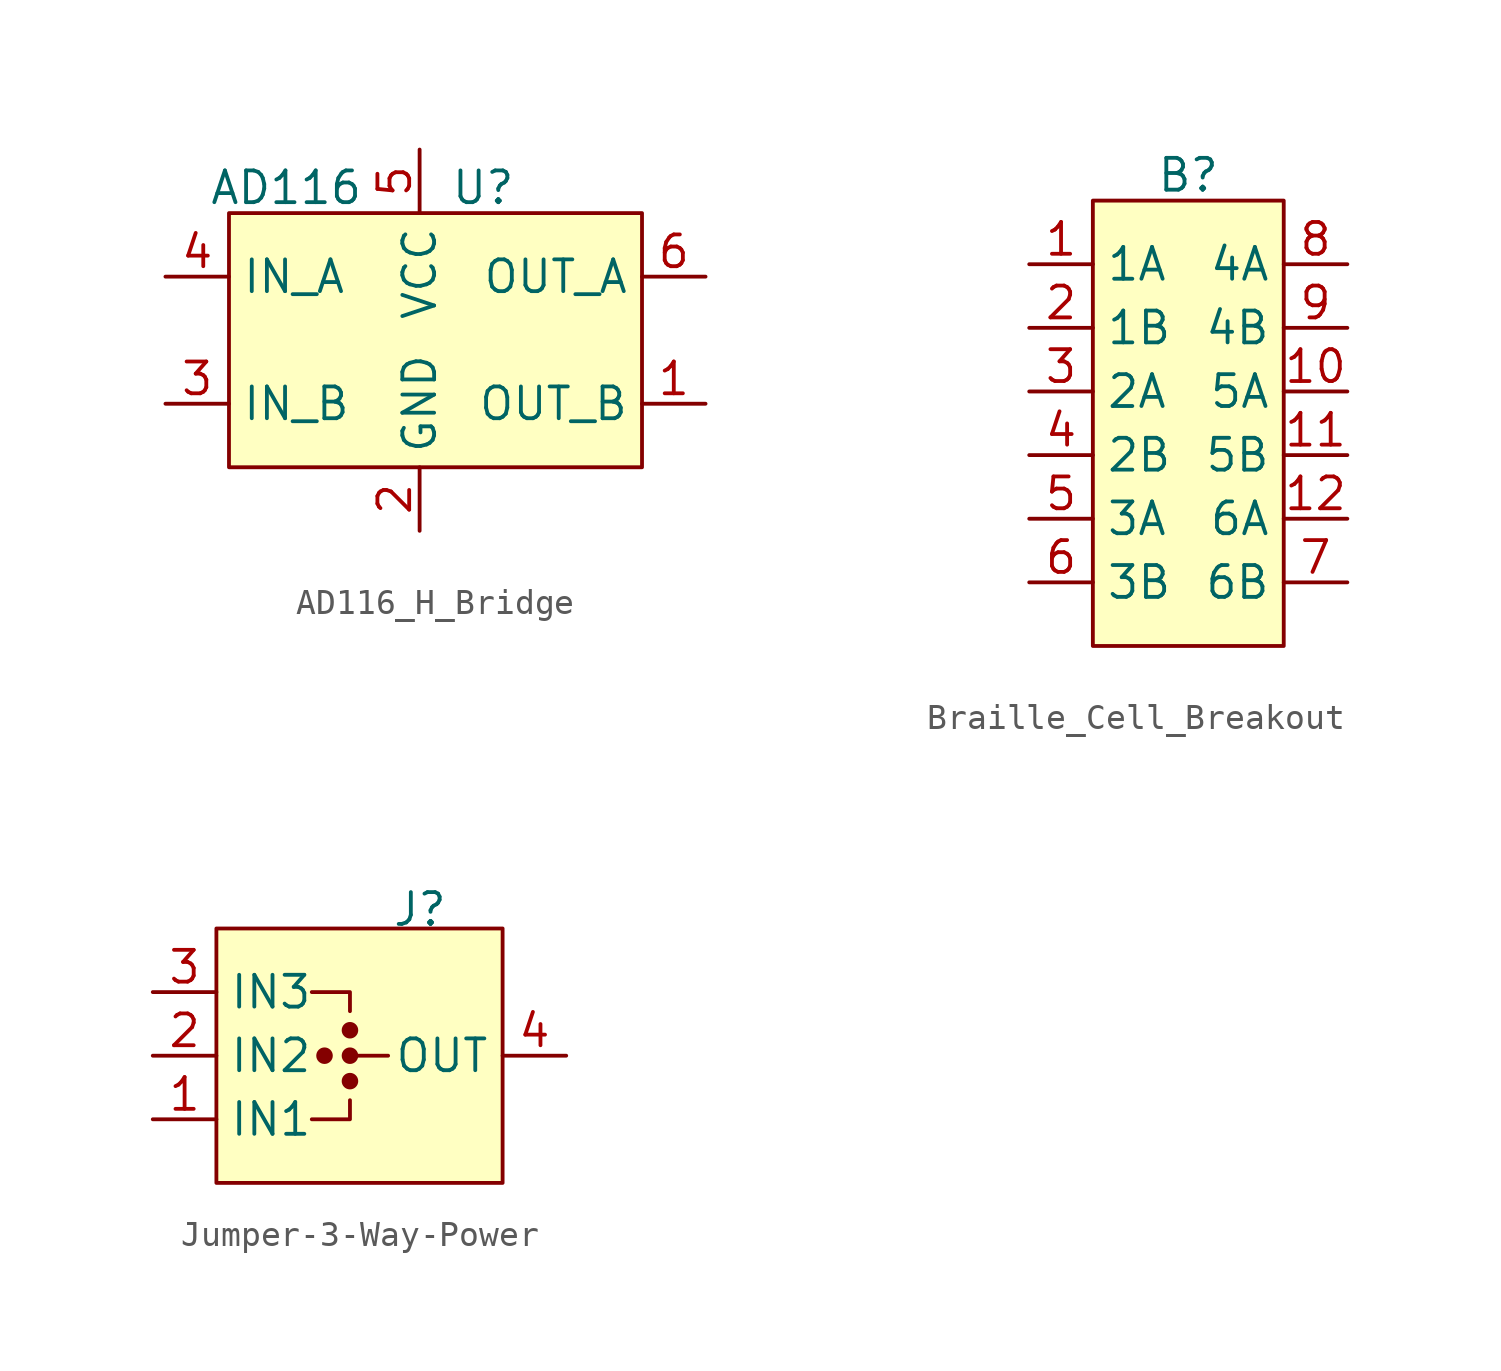
<source format=kicad_sym>
(kicad_symbol_lib
  (version 20231120)
  (generator "kicad_symbol_editor")
  (generator_version "8.0")
  (symbol "AD116_H_Bridge"
    (property "Reference" "U"
      (at 2.54 6.096 0)
      (effects (font (size 1.27 1.27))))
    (property "Value" "AD116"
      (at -5.334 6.096 0)
      (effects (font (size 1.27 1.27))))
    (symbol "AD116_H_Bridge_1_1"
      (rectangle (start -7.62 5.08) (end 8.89 -5.08) (stroke (width 0) (type default)) (fill (type background)))
      (pin output line (at 11.43 -2.54 180) (length 2.54) (name "OUT_B" (effects (font (size 1.27 1.27)))) (number "1" (effects (font (size 1.27 1.27)))))
      (pin power_in line (at 0 -7.62 90) (length 2.54) (name "GND" (effects (font (size 1.27 1.27)))) (number "2" (effects (font (size 1.27 1.27)))))
      (pin input line (at -10.16 -2.54 0) (length 2.54) (name "IN_B" (effects (font (size 1.27 1.27)))) (number "3" (effects (font (size 1.27 1.27)))))
      (pin input line (at -10.16 2.54 0) (length 2.54) (name "IN_A" (effects (font (size 1.27 1.27)))) (number "4" (effects (font (size 1.27 1.27)))))
      (pin power_in line (at 0 7.62 270) (length 2.54) (name "VCC" (effects (font (size 1.27 1.27)))) (number "5" (effects (font (size 1.27 1.27)))))
      (pin output line (at 11.43 2.54 180) (length 2.54) (name "OUT_A" (effects (font (size 1.27 1.27)))) (number "6" (effects (font (size 1.27 1.27)))))))
  (symbol "Braille_Cell_Breakout"
    (property "Reference" "B"
      (at 0 9.906 0)
      (effects (font (size 1.27 1.27))))
    (property "Value" ""
      (at -10.668 1.778 0)
      (effects (font (size 1.27 1.27))))
    (symbol "Braille_Cell_Breakout_1_1"
      (rectangle (start -3.81 8.89) (end 3.81 -8.89) (stroke (width 0) (type default)) (fill (type background)))
      (pin input line (at -6.35 6.35 0) (length 2.54) (name "1A" (effects (font (size 1.27 1.27)))) (number "1" (effects (font (size 1.27 1.27)))))
      (pin input line (at 6.35 1.27 180) (length 2.54) (name "5A" (effects (font (size 1.27 1.27)))) (number "10" (effects (font (size 1.27 1.27)))))
      (pin input line (at 6.35 -1.27 180) (length 2.54) (name "5B" (effects (font (size 1.27 1.27)))) (number "11" (effects (font (size 1.27 1.27)))))
      (pin input line (at 6.35 -3.81 180) (length 2.54) (name "6A" (effects (font (size 1.27 1.27)))) (number "12" (effects (font (size 1.27 1.27)))))
      (pin input line (at -6.35 3.81 0) (length 2.54) (name "1B" (effects (font (size 1.27 1.27)))) (number "2" (effects (font (size 1.27 1.27)))))
      (pin input line (at -6.35 1.27 0) (length 2.54) (name "2A" (effects (font (size 1.27 1.27)))) (number "3" (effects (font (size 1.27 1.27)))))
      (pin input line (at -6.35 -1.27 0) (length 2.54) (name "2B" (effects (font (size 1.27 1.27)))) (number "4" (effects (font (size 1.27 1.27)))))
      (pin input line (at -6.35 -3.81 0) (length 2.54) (name "3A" (effects (font (size 1.27 1.27)))) (number "5" (effects (font (size 1.27 1.27)))))
      (pin input line (at -6.35 -6.35 0) (length 2.54) (name "3B" (effects (font (size 1.27 1.27)))) (number "6" (effects (font (size 1.27 1.27)))))
      (pin input line (at 6.35 -6.35 180) (length 2.54) (name "6B" (effects (font (size 1.27 1.27)))) (number "7" (effects (font (size 1.27 1.27)))))
      (pin input line (at 6.35 6.35 180) (length 2.54) (name "4A" (effects (font (size 1.27 1.27)))) (number "8" (effects (font (size 1.27 1.27)))))
      (pin input line (at 6.35 3.81 180) (length 2.54) (name "4B" (effects (font (size 1.27 1.27)))) (number "9" (effects (font (size 1.27 1.27)))))))
  (symbol "Jumper-3-Way-Power"
    (property "Reference" "J"
      (at 1.778 5.842 0)
      (effects (font (size 1.27 1.27))))
    (symbol "Jumper-3-Way-Power_0_1"
      (polyline (pts (xy -1.016 -1.778) (xy -1.016 -2.54) (xy -2.54 -2.54)) (stroke (width 0) (type default)) (fill (type none)))
      (polyline (pts (xy -1.016 1.778) (xy -1.016 2.54) (xy -2.54 2.54)) (stroke (width 0) (type default)) (fill (type none))))
    (symbol "Jumper-3-Way-Power_1_1"
      (rectangle (start -6.35 5.08) (end 5.08 -5.08) (stroke (width 0) (type default)) (fill (type background)))
      (circle (center -2.032 0) (radius 0.254) (stroke (width 0) (type default)) (fill (type outline)))
      (circle (center -1.016 -1.016) (radius 0.254) (stroke (width 0) (type default)) (fill (type outline)))
      (circle (center -1.016 0) (radius 0.254) (stroke (width 0) (type default)) (fill (type outline)))
      (circle (center -1.016 1.016) (radius 0.254) (stroke (width 0) (type default)) (fill (type outline)))
      (polyline (pts (xy -1.016 0) (xy 0.508 0)) (stroke (width 0) (type default)) (fill (type none)))
      (pin power_in line (at -8.89 -2.54 0) (length 2.54) (name "IN1" (effects (font (size 1.27 1.27)))) (number "1" (effects (font (size 1.27 1.27)))))
      (pin power_in line (at -8.89 0 0) (length 2.54) (name "IN2" (effects (font (size 1.27 1.27)))) (number "2" (effects (font (size 1.27 1.27)))))
      (pin power_in line (at -8.89 2.54 0) (length 2.54) (name "IN3" (effects (font (size 1.27 1.27)))) (number "3" (effects (font (size 1.27 1.27)))))
      (pin power_out line (at 7.62 0 180) (length 2.54) (name "OUT" (effects (font (size 1.27 1.27)))) (number "4" (effects (font (size 1.27 1.27))))))))
</source>
